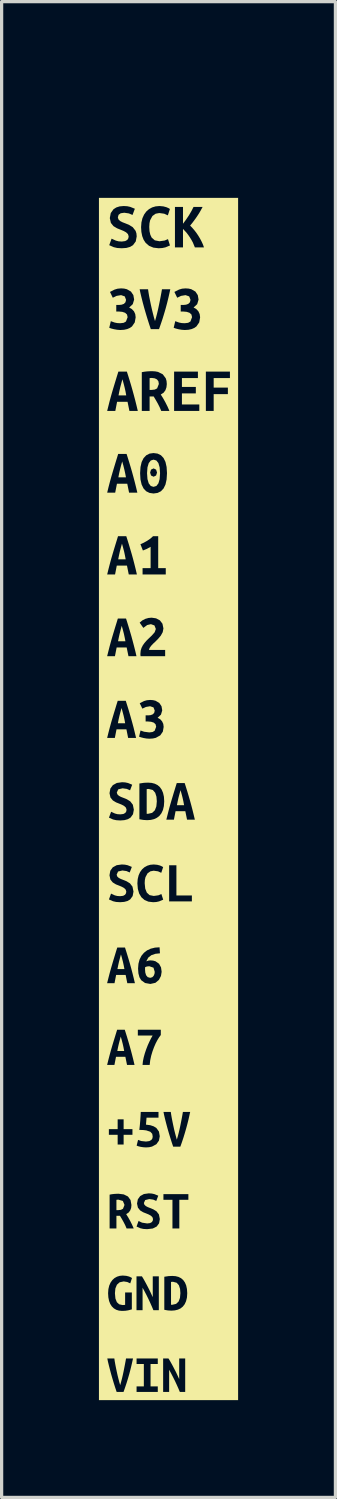
<source format=kicad_pcb>
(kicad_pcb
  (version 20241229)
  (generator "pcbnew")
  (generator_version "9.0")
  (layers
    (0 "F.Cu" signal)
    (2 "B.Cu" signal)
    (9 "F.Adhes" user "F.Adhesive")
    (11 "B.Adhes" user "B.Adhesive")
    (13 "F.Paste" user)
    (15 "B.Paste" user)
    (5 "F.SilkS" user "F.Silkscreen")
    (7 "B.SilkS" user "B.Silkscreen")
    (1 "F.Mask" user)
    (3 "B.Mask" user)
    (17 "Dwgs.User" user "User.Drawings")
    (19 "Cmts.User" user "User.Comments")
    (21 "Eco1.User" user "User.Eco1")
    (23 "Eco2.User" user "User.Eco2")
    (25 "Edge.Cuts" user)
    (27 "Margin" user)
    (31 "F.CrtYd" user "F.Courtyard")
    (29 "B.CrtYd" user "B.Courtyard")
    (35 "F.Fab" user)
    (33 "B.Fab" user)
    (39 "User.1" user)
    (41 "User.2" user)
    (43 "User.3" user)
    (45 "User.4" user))
  (footprint "kibuzzard-6461376B"
    (layer "F.Cu")
    (at 2.145 21.58)
    (property "Reference" "kibuzzard-6461376B" (at 0 -21.579 180) (layer "F.SilkS") (effects (font (size 0.001 0.001) (thickness 0.15))))
    (attr board_only exclude_from_pos_files exclude_from_bom)
    (fp_poly (pts (xy -1.472 7.324) (xy -1.504 7.44) (xy -1.532 7.549) (xy -1.557 7.657) (xy -1.579 7.769) (xy -1.367 7.769) (xy -1.388 7.657) (xy -1.412 7.549) (xy -1.44 7.44) (xy -1.472 7.324)) (stroke (width 0) (type solid)) (fill yes) (layer "F.SilkS"))
    (fp_poly (pts (xy -1.466 4.792) (xy -1.499 4.91) (xy -1.528 5.02) (xy -1.552 5.13) (xy -1.575 5.243) (xy -1.36 5.243) (xy -1.381 5.13) (xy -1.405 5.02) (xy -1.433 4.91) (xy -1.466 4.792)) (stroke (width 0) (type solid)) (fill yes) (layer "F.SilkS"))
    (fp_poly (pts (xy -1.448 -2.805) (xy -1.482 -2.682) (xy -1.512 -2.567) (xy -1.538 -2.454) (xy -1.561 -2.335) (xy -1.337 -2.335) (xy -1.359 -2.454) (xy -1.384 -2.567) (xy -1.414 -2.682) (xy -1.448 -2.805)) (stroke (width 0) (type solid)) (fill yes) (layer "F.SilkS"))
    (fp_poly (pts (xy -1.442 -5.338) (xy -1.476 -5.213) (xy -1.506 -5.097) (xy -1.532 -4.982) (xy -1.556 -4.862) (xy -1.329 -4.862) (xy -1.352 -4.982) (xy -1.377 -5.097) (xy -1.407 -5.213) (xy -1.442 -5.338)) (stroke (width 0) (type solid)) (fill yes) (layer "F.SilkS"))
    (fp_poly (pts (xy -1.435 -7.871) (xy -1.47 -7.745) (xy -1.501 -7.627) (xy -1.527 -7.51) (xy -1.551 -7.388) (xy -1.321 -7.388) (xy -1.344 -7.51) (xy -1.369 -7.627) (xy -1.4 -7.745) (xy -1.435 -7.871)) (stroke (width 0) (type solid)) (fill yes) (layer "F.SilkS"))
    (fp_poly (pts (xy -1.428 -10.405) (xy -1.464 -10.277) (xy -1.495 -10.157) (xy -1.522 -10.039) (xy -1.546 -9.915) (xy -1.312 -9.915) (xy -1.336 -10.039) (xy -1.362 -10.157) (xy -1.392 -10.277) (xy -1.428 -10.405)) (stroke (width 0) (type solid)) (fill yes) (layer "F.SilkS"))
    (fp_poly (pts (xy -1.421 -12.939) (xy -1.457 -12.809) (xy -1.489 -12.688) (xy -1.516 -12.568) (xy -1.541 -12.442) (xy -1.304 -12.442) (xy -1.327 -12.568) (xy -1.354 -12.688) (xy -1.385 -12.809) (xy -1.421 -12.939)) (stroke (width 0) (type solid)) (fill yes) (layer "F.SilkS"))
    (fp_poly (pts (xy -1.357 12.514) (xy -1.408 12.391) (xy -1.543 12.352) (xy -1.572 12.353) (xy -1.606 12.357) (xy -1.606 12.675) (xy -1.56 12.675) (xy -1.467 12.665) (xy -1.404 12.633) (xy -1.357 12.514)) (stroke (width 0) (type solid)) (fill yes) (layer "F.SilkS"))
    (fp_poly (pts (xy 0.37 -0.272) (xy 0.337 -0.151) (xy 0.307 -0.038) (xy 0.282 0.074) (xy 0.259 0.191) (xy 0.48 0.191) (xy 0.458 0.074) (xy 0.433 -0.038) (xy 0.404 -0.151) (xy 0.37 -0.272)) (stroke (width 0) (type solid)) (fill yes) (layer "F.SilkS"))
    (fp_poly (pts (xy -0.298 -12.793) (xy -0.312 -12.876) (xy -0.356 -12.934) (xy -0.424 -12.967) (xy -0.511 -12.979) (xy -0.544 -12.978) (xy -0.583 -12.973) (xy -0.583 -12.609) (xy -0.531 -12.609) (xy -0.424 -12.621) (xy -0.352 -12.657) (xy -0.298 -12.793)) (stroke (width 0) (type solid)) (fill yes) (layer "F.SilkS"))
    (fp_poly (pts (xy -0.673 0.456) (xy -0.653 0.457) (xy -0.633 0.457) (xy -0.505 0.428) (xy -0.421 0.348) (xy -0.375 0.227) (xy -0.361 0.072) (xy -0.372 -0.07) (xy -0.411 -0.192) (xy -0.485 -0.277) (xy -0.608 -0.309) (xy -0.64 -0.308) (xy -0.673 -0.303) (xy -0.673 0.456)) (stroke (width 0) (type solid)) (fill yes) (layer "F.SilkS"))
    (fp_poly (pts (xy 0.077 15.59) (xy 0.096 15.592) (xy 0.114 15.592) (xy 0.233 15.565) (xy 0.311 15.491) (xy 0.353 15.379) (xy 0.366 15.236) (xy 0.356 15.104) (xy 0.32 14.991) (xy 0.251 14.913) (xy 0.138 14.883) (xy 0.108 14.884) (xy 0.077 14.888) (xy 0.077 15.59)) (stroke (width 0) (type solid)) (fill yes) (layer "F.SilkS"))
    (fp_poly (pts (xy -0.592 5.156) (xy -0.662 5.163) (xy -0.72 5.183) (xy -0.723 5.215) (xy -0.724 5.249) (xy -0.717 5.347) (xy -0.692 5.432) (xy -0.643 5.491) (xy -0.566 5.513) (xy -0.502 5.495) (xy -0.458 5.451) (xy -0.433 5.392) (xy -0.425 5.33) (xy -0.463 5.201) (xy -0.592 5.156)) (stroke (width 0) (type solid)) (fill yes) (layer "F.SilkS"))
    (fp_poly (pts (xy -0.261 -10.043) (xy -0.274 -10.223) (xy -0.312 -10.354) (xy -0.375 -10.434) (xy -0.462 -10.461) (xy -0.547 -10.434) (xy -0.61 -10.354) (xy -0.649 -10.223) (xy -0.662 -10.043) (xy -0.649 -9.861) (xy -0.61 -9.729) (xy -0.547 -9.649) (xy -0.462 -9.622) (xy -0.46 -9.623) (xy -0.46 -9.934) (xy -0.539 -9.972) (xy -0.568 -10.062) (xy -0.539 -10.153) (xy -0.46 -10.191) (xy -0.383 -10.153) (xy -0.354 -10.062) (xy -0.383 -9.972) (xy -0.46 -9.934) (xy -0.46 -9.623) (xy -0.375 -9.649) (xy -0.312 -9.729) (xy -0.274 -9.861) (xy -0.261 -10.043)) (stroke (width 0) (type solid)) (fill yes) (layer "F.SilkS"))
    (fp_poly (pts (xy -1.893 -18.531) (xy -2.145 -18.531) (xy -2.145 18.531) (xy -1.893 18.531) (xy -1.599 18.531) (xy -1.599 18.279) (xy -1.64 18.157) (xy -1.684 18.019) (xy -1.727 17.875) (xy -1.769 17.73) (xy -1.806 17.59) (xy -1.84 17.458) (xy -1.868 17.341) (xy -1.887 17.248) (xy -1.67 17.248) (xy -1.658 17.334) (xy -1.64 17.434) (xy -1.619 17.541) (xy -1.596 17.652) (xy -1.571 17.764) (xy -1.544 17.873) (xy -1.517 17.977) (xy -1.49 18.069) (xy -1.464 17.978) (xy -1.437 17.875) (xy -1.436 17.871) (xy -1.436 15.781) (xy -1.529 15.772) (xy -1.612 15.746) (xy -1.685 15.703) (xy -1.747 15.643) (xy -1.796 15.567) (xy -1.833 15.473) (xy -1.855 15.363) (xy -1.863 15.236) (xy -1.854 15.111) (xy -1.828 15.001) (xy -1.786 14.907) (xy -1.731 14.829) (xy -1.665 14.769) (xy -1.588 14.726) (xy -1.502 14.7) (xy -1.411 14.691) (xy -1.302 14.7) (xy -1.218 14.721) (xy -1.16 14.747) (xy -1.126 14.767) (xy -1.18 14.932) (xy -1.271 14.89) (xy -1.382 14.872) (xy -1.507 14.899) (xy -1.591 14.974) (xy -1.638 15.088) (xy -1.652 15.236) (xy -1.637 15.399) (xy -1.593 15.512) (xy -1.52 15.578) (xy -1.419 15.6) (xy -1.379 15.599) (xy -1.338 15.594) (xy -1.338 15.212) (xy -1.131 15.212) (xy -1.131 15.734) (xy -1.246 15.764) (xy -1.333 15.777) (xy -1.436 15.781) (xy -1.436 17.871) (xy -1.411 17.765) (xy -1.387 17.654) (xy -1.365 17.543) (xy -1.344 17.434) (xy -1.325 17.334) (xy -1.31 17.248) (xy -1.095 17.248) (xy -1.118 17.354) (xy -1.145 17.471) (xy -1.176 17.598) (xy -1.211 17.73) (xy -1.251 17.867) (xy -1.294 18.007) (xy -1.34 18.145) (xy -1.387 18.279) (xy -1.599 18.279) (xy -1.599 18.531) (xy -1.073 18.531) (xy -1.073 13.239) (xy -1.293 13.239) (xy -1.336 13.138) (xy -1.385 13.042) (xy -1.439 12.946) (xy -1.497 12.849) (xy -1.606 12.849) (xy -1.606 13.239) (xy -1.816 13.239) (xy -1.816 12.197) (xy -1.749 12.184) (xy -1.674 12.175) (xy -1.603 12.171) (xy -1.543 12.169) (xy -1.384 12.189) (xy -1.384 10.653) (xy -1.568 10.653) (xy -1.568 10.352) (xy -1.839 10.352) (xy -1.839 10.177) (xy -1.568 10.177) (xy -1.568 9.876) (xy -1.384 9.876) (xy -1.384 10.177) (xy -1.279 10.177) (xy -1.279 8.199) (xy -1.33 7.948) (xy -1.619 7.948) (xy -1.668 8.199) (xy -1.893 8.199) (xy -1.854 8.042) (xy -1.815 7.892) (xy -1.776 7.749) (xy -1.737 7.614) (xy -1.698 7.484) (xy -1.659 7.357) (xy -1.621 7.233) (xy -1.584 7.113) (xy -1.349 7.113) (xy -1.311 7.234) (xy -1.272 7.359) (xy -1.271 7.364) (xy -1.271 5.678) (xy -1.322 5.424) (xy -1.615 5.424) (xy -1.665 5.678) (xy -1.893 5.678) (xy -1.853 5.519) (xy -1.814 5.368) (xy -1.774 5.223) (xy -1.734 5.086) (xy -1.695 4.954) (xy -1.656 4.826) (xy -1.618 4.7) (xy -1.58 4.579) (xy -1.491 4.579) (xy -1.491 3.182) (xy -1.616 3.174) (xy -1.712 3.152) (xy -1.837 3.097) (xy -1.772 2.917) (xy -1.656 2.971) (xy -1.581 2.99) (xy -1.491 2.996) (xy -1.398 2.985) (xy -1.34 2.952) (xy -1.31 2.905) (xy -1.302 2.852) (xy -1.322 2.791) (xy -1.372 2.743) (xy -1.44 2.706) (xy -1.516 2.674) (xy -1.621 2.633) (xy -1.719 2.573) (xy -1.792 2.484) (xy -1.82 2.352) (xy -1.795 2.212) (xy -1.719 2.107) (xy -1.598 2.041) (xy -1.485 2.025) (xy -1.485 0.662) (xy -1.612 0.654) (xy -1.71 0.632) (xy -1.836 0.576) (xy -1.77 0.394) (xy -1.652 0.448) (xy -1.576 0.468) (xy -1.485 0.474) (xy -1.391 0.462) (xy -1.332 0.429) (xy -1.302 0.382) (xy -1.294 0.328) (xy -1.314 0.266) (xy -1.365 0.218) (xy -1.434 0.179) (xy -1.511 0.147) (xy -1.617 0.105) (xy -1.716 0.045) (xy -1.79 -0.045) (xy -1.819 -0.179) (xy -1.793 -0.321) (xy -1.716 -0.427) (xy -1.594 -0.494) (xy -1.432 -0.517) (xy -1.335 -0.511) (xy -1.251 -0.493) (xy -1.245 -0.491) (xy -1.245 -1.882) (xy -1.298 -2.147) (xy -1.603 -2.147) (xy -1.655 -1.882) (xy -1.892 -1.882) (xy -1.851 -2.048) (xy -1.81 -2.206) (xy -1.769 -2.356) (xy -1.727 -2.499) (xy -1.686 -2.636) (xy -1.645 -2.77) (xy -1.606 -2.9) (xy -1.566 -3.027) (xy -1.318 -3.027) (xy -1.278 -2.899) (xy -1.237 -2.768) (xy -1.235 -2.761) (xy -1.235 -4.402) (xy -1.29 -4.67) (xy -1.599 -4.67) (xy -1.652 -4.402) (xy -1.892 -4.402) (xy -1.85 -4.57) (xy -1.809 -4.73) (xy -1.767 -4.883) (xy -1.725 -5.028) (xy -1.683 -5.167) (xy -1.642 -5.303) (xy -1.601 -5.435) (xy -1.562 -5.563) (xy -1.31 -5.563) (xy -1.269 -5.434) (xy -1.228 -5.3) (xy -1.226 -5.293) (xy -1.226 -6.922) (xy -1.281 -7.194) (xy -1.595 -7.194) (xy -1.648 -6.922) (xy -1.891 -6.922) (xy -1.849 -7.093) (xy -1.807 -7.255) (xy -1.765 -7.41) (xy -1.722 -7.557) (xy -1.68 -7.698) (xy -1.638 -7.836) (xy -1.597 -7.969) (xy -1.557 -8.1) (xy -1.302 -8.1) (xy -1.26 -7.968) (xy -1.218 -7.833) (xy -1.216 -7.825) (xy -1.216 -9.443) (xy -1.272 -9.718) (xy -1.59 -9.718) (xy -1.644 -9.443) (xy -1.891 -9.443) (xy -1.849 -9.615) (xy -1.806 -9.78) (xy -1.763 -9.937) (xy -1.719 -10.086) (xy -1.676 -10.229) (xy -1.634 -10.369) (xy -1.592 -10.505) (xy -1.552 -10.637) (xy -1.293 -10.637) (xy -1.251 -10.504) (xy -1.208 -10.366) (xy -1.206 -10.358) (xy -1.206 -11.963) (xy -1.263 -12.243) (xy -1.586 -12.243) (xy -1.64 -11.963) (xy -1.891 -11.963) (xy -1.856 -12.103) (xy -1.822 -12.239) (xy -1.787 -12.37) (xy -1.752 -12.495) (xy -1.717 -12.615) (xy -1.673 -12.761) (xy -1.63 -12.902) (xy -1.588 -13.04) (xy -1.546 -13.174) (xy -1.485 -13.174) (xy -1.485 -14.457) (xy -1.582 -14.464) (xy -1.679 -14.481) (xy -1.766 -14.503) (xy -1.827 -14.525) (xy -1.779 -14.729) (xy -1.661 -14.687) (xy -1.582 -14.671) (xy -1.487 -14.666) (xy -1.381 -14.679) (xy -1.312 -14.719) (xy -1.261 -14.852) (xy -1.28 -14.935) (xy -1.338 -14.988) (xy -1.426 -15.017) (xy -1.535 -15.027) (xy -1.611 -15.027) (xy -1.611 -15.23) (xy -1.519 -15.23) (xy -1.444 -15.238) (xy -1.376 -15.263) (xy -1.328 -15.311) (xy -1.309 -15.387) (xy -1.349 -15.493) (xy -1.462 -15.532) (xy -1.6 -15.509) (xy -1.718 -15.452) (xy -1.805 -15.631) (xy -1.663 -15.703) (xy -1.569 -15.731) (xy -1.464 -15.74) (xy -1.441 -15.739) (xy -1.441 -16.977) (xy -1.58 -16.985) (xy -1.689 -17.01) (xy -1.828 -17.072) (xy -1.755 -17.273) (xy -1.625 -17.213) (xy -1.541 -17.191) (xy -1.441 -17.184) (xy -1.337 -17.198) (xy -1.271 -17.234) (xy -1.238 -17.286) (xy -1.229 -17.346) (xy -1.251 -17.414) (xy -1.308 -17.468) (xy -1.384 -17.51) (xy -1.469 -17.545) (xy -1.586 -17.592) (xy -1.696 -17.658) (xy -1.777 -17.758) (xy -1.81 -17.906) (xy -1.781 -18.062) (xy -1.696 -18.18) (xy -1.61 -18.235) (xy -1.506 -18.268) (xy -1.382 -18.279) (xy -1.275 -18.273) (xy -1.182 -18.253) (xy -1.038 -18.195) (xy -1.11 -18.003) (xy -1.222 -18.051) (xy -1.364 -18.072) (xy -1.474 -18.056) (xy -1.54 -18.008) (xy -1.562 -17.928) (xy -1.542 -17.865) (xy -1.49 -17.816) (xy -1.42 -17.779) (xy -1.342 -17.749) (xy -1.22 -17.7) (xy -1.103 -17.627) (xy -1.015 -17.514) (xy -0.99 -17.438) (xy -0.981 -17.344) (xy -1.01 -17.188) (xy -1.095 -17.073) (xy -1.184 -17.019) (xy -1.299 -16.987) (xy -1.441 -16.977) (xy -1.441 -15.739) (xy -1.367 -15.734) (xy -1.284 -15.714) (xy -1.158 -15.642) (xy -1.084 -15.532) (xy -1.06 -15.395) (xy -1.102 -15.254) (xy -1.213 -15.15) (xy -1.129 -15.101) (xy -1.065 -15.033) (xy -1.026 -14.948) (xy -1.013 -14.848) (xy -1.041 -14.691) (xy -1.126 -14.567) (xy -1.191 -14.521) (xy -1.273 -14.486) (xy -1.371 -14.464) (xy -1.485 -14.457) (xy -1.485 -13.174) (xy -1.284 -13.174) (xy -1.241 -13.039) (xy -1.198 -12.9) (xy -1.155 -12.757) (xy -1.113 -12.61) (xy -1.071 -12.457) (xy -1.029 -12.299) (xy -0.988 -12.134) (xy -0.947 -11.963) (xy -1.206 -11.963) (xy -1.206 -10.358) (xy -1.166 -10.225) (xy -1.124 -10.08) (xy -1.083 -9.93) (xy -1.042 -9.774) (xy -1.001 -9.611) (xy -0.961 -9.443) (xy -1.216 -9.443) (xy -1.216 -7.825) (xy -1.177 -7.694) (xy -1.135 -7.551) (xy -1.094 -7.403) (xy -1.054 -7.249) (xy -1.014 -7.089) (xy -0.975 -6.922) (xy -1.226 -6.922) (xy -1.226 -5.293) (xy -1.187 -5.163) (xy -1.146 -5.022) (xy -1.106 -4.876) (xy -1.066 -4.724) (xy -1.026 -4.566) (xy -0.988 -4.402) (xy -1.235 -4.402) (xy -1.235 -2.761) (xy -1.197 -2.632) (xy -1.157 -2.493) (xy -1.117 -2.349) (xy -1.077 -2.2) (xy -1.039 -2.044) (xy -1 -1.882) (xy -1.245 -1.882) (xy -1.245 -0.491) (xy -1.12 -0.44) (xy -1.186 -0.267) (xy -1.287 -0.311) (xy -1.416 -0.329) (xy -1.55 -0.297) (xy -1.595 -0.199) (xy -1.576 -0.142) (xy -1.53 -0.098) (xy -1.466 -0.064) (xy -1.396 -0.037) (xy -1.285 0.008) (xy -1.18 0.073) (xy -1.1 0.176) (xy -1.069 0.33) (xy -1.095 0.47) (xy -1.172 0.575) (xy -1.253 0.623) (xy -1.357 0.652) (xy -1.485 0.662) (xy -1.485 2.025) (xy -1.439 2.019) (xy -1.343 2.025) (xy -1.26 2.042) (xy -1.131 2.094) (xy -1.196 2.265) (xy -1.296 2.222) (xy -1.422 2.204) (xy -1.555 2.236) (xy -1.599 2.332) (xy -1.581 2.389) (xy -1.535 2.432) (xy -1.472 2.465) (xy -1.403 2.492) (xy -1.294 2.536) (xy -1.189 2.601) (xy -1.111 2.702) (xy -1.08 2.854) (xy -1.106 2.993) (xy -1.182 3.096) (xy -1.262 3.144) (xy -1.365 3.172) (xy -1.491 3.182) (xy -1.491 4.579) (xy -1.342 4.579) (xy -1.303 4.701) (xy -1.264 4.828) (xy -1.225 4.958) (xy -1.186 5.091) (xy -1.148 5.23) (xy -1.11 5.374) (xy -1.073 5.523) (xy -1.036 5.678) (xy -1.271 5.678) (xy -1.271 7.364) (xy -1.234 7.487) (xy -1.196 7.619) (xy -1.158 7.756) (xy -1.121 7.898) (xy -1.084 8.045) (xy -1.048 8.199) (xy -1.279 8.199) (xy -1.279 10.177) (xy -1.112 10.177) (xy -1.112 10.352) (xy -1.384 10.352) (xy -1.384 10.653) (xy -1.384 12.189) (xy -1.379 12.19) (xy -1.252 12.253) (xy -1.171 12.362) (xy -1.143 12.516) (xy -1.152 12.604) (xy -1.181 12.684) (xy -1.231 12.75) (xy -1.305 12.798) (xy -1.244 12.896) (xy -1.181 13.009) (xy -1.122 13.127) (xy -1.073 13.239) (xy -1.073 18.531) (xy -0.985 18.531) (xy -0.985 18.279) (xy -0.985 18.109) (xy -0.761 18.109) (xy -0.761 17.418) (xy -0.985 17.418) (xy -0.985 17.248) (xy -0.466 17.248) (xy -0.466 15.759) (xy -0.515 15.643) (xy -0.566 15.528) (xy -0.62 15.412) (xy -0.677 15.297) (xy -0.737 15.181) (xy -0.8 15.066) (xy -0.8 15.759) (xy -0.987 15.759) (xy -0.987 14.715) (xy -0.82 14.715) (xy -0.773 14.792) (xy -0.726 14.876) (xy -0.679 14.963) (xy -0.658 15.003) (xy -0.658 13.261) (xy -0.776 13.254) (xy -0.868 13.233) (xy -0.986 13.181) (xy -0.924 13.01) (xy -0.814 13.061) (xy -0.658 13.085) (xy -0.57 13.074) (xy -0.514 13.043) (xy -0.486 12.999) (xy -0.478 12.948) (xy -0.497 12.89) (xy -0.545 12.845) (xy -0.61 12.809) (xy -0.682 12.779) (xy -0.781 12.74) (xy -0.874 12.684) (xy -0.943 12.599) (xy -0.971 12.473) (xy -0.946 12.341) (xy -0.874 12.241) (xy -0.759 12.178) (xy -0.694 12.169) (xy -0.694 10.741) (xy -0.778 10.736) (xy -0.862 10.723) (xy -0.933 10.705) (xy -0.983 10.686) (xy -0.939 10.509) (xy -0.842 10.544) (xy -0.695 10.56) (xy -0.592 10.546) (xy -0.528 10.51) (xy -0.496 10.461) (xy -0.488 10.404) (xy -0.502 10.322) (xy -0.561 10.258) (xy -0.687 10.216) (xy -0.781 10.205) (xy -0.9 10.201) (xy -0.884 10.057) (xy -0.872 9.917) (xy -0.863 9.78) (xy -0.856 9.648) (xy -0.801 9.648) (xy -0.801 8.199) (xy -0.789 8.083) (xy -0.764 7.961) (xy -0.729 7.836) (xy -0.687 7.713) (xy -0.641 7.594) (xy -0.59 7.481) (xy -0.539 7.379) (xy -0.49 7.292) (xy -0.946 7.292) (xy -0.946 7.113) (xy -0.56 7.113) (xy -0.56 5.702) (xy -0.723 5.673) (xy -0.842 5.587) (xy -0.896 5.496) (xy -0.928 5.377) (xy -0.939 5.229) (xy -0.927 5.078) (xy -0.892 4.947) (xy -0.835 4.834) (xy -0.757 4.741) (xy -0.662 4.667) (xy -0.548 4.614) (xy -0.476 4.597) (xy -0.476 3.182) (xy -0.62 3.165) (xy -0.74 3.114) (xy -0.836 3.03) (xy -0.905 2.915) (xy -0.946 2.772) (xy -0.96 2.6) (xy -0.95 2.469) (xy -0.922 2.354) (xy -0.877 2.254) (xy -0.817 2.171) (xy -0.743 2.105) (xy -0.657 2.058) (xy -0.657 0.653) (xy -0.775 0.646) (xy -0.898 0.625) (xy -0.898 -0.477) (xy -0.754 -0.499) (xy -0.628 -0.504) (xy -0.59 -0.501) (xy -0.59 -1.858) (xy -0.679 -1.864) (xy -0.77 -1.88) (xy -0.851 -1.901) (xy -0.908 -1.921) (xy -0.863 -2.111) (xy -0.753 -2.073) (xy -0.592 -2.052) (xy -0.492 -2.065) (xy -0.428 -2.102) (xy -0.381 -2.226) (xy -0.399 -2.303) (xy -0.453 -2.353) (xy -0.535 -2.38) (xy -0.636 -2.389) (xy -0.706 -2.389) (xy -0.706 -2.578) (xy -0.621 -2.578) (xy -0.551 -2.585) (xy -0.488 -2.609) (xy -0.443 -2.653) (xy -0.425 -2.724) (xy -0.463 -2.823) (xy -0.568 -2.859) (xy -0.696 -2.837) (xy -0.806 -2.785) (xy -0.888 -2.951) (xy -0.755 -3.019) (xy -0.668 -3.044) (xy -0.569 -3.053) (xy -0.479 -3.047) (xy -0.402 -3.029) (xy -0.285 -2.961) (xy -0.216 -2.859) (xy -0.194 -2.731) (xy -0.233 -2.6) (xy -0.336 -2.504) (xy -0.257 -2.458) (xy -0.199 -2.394) (xy -0.162 -2.315) (xy -0.15 -2.222) (xy -0.175 -2.076) (xy -0.255 -1.961) (xy -0.392 -1.885) (xy -0.483 -1.865) (xy -0.59 -1.858) (xy -0.59 -0.501) (xy -0.521 -0.496) (xy -0.424 -0.471) (xy -0.339 -0.429) (xy -0.268 -0.368) (xy -0.211 -0.288) (xy -0.169 -0.189) (xy -0.142 -0.07) (xy -0.133 0.072) (xy -0.143 0.218) (xy -0.172 0.34) (xy -0.219 0.44) (xy -0.281 0.52) (xy -0.357 0.579) (xy -0.446 0.621) (xy -0.547 0.645) (xy -0.657 0.653) (xy -0.657 2.058) (xy -0.657 2.057) (xy -0.56 2.028) (xy -0.454 2.019) (xy -0.347 2.029) (xy -0.263 2.051) (xy -0.203 2.078) (xy -0.166 2.1) (xy -0.224 2.276) (xy -0.324 2.23) (xy -0.458 2.211) (xy -0.559 2.23) (xy -0.648 2.293) (xy -0.711 2.411) (xy -0.729 2.494) (xy -0.735 2.595) (xy -0.718 2.763) (xy -0.669 2.887) (xy -0.583 2.964) (xy -0.454 2.989) (xy -0.311 2.969) (xy -0.22 2.93) (xy -0.164 3.104) (xy -0.291 3.157) (xy -0.377 3.176) (xy -0.476 3.182) (xy -0.476 4.597) (xy -0.419 4.582) (xy -0.276 4.572) (xy -0.264 4.758) (xy -0.402 4.772) (xy -0.527 4.814) (xy -0.625 4.89) (xy -0.686 5.005) (xy -0.621 4.983) (xy -0.564 4.975) (xy -0.475 4.982) (xy -0.401 5.003) (xy -0.292 5.08) (xy -0.231 5.192) (xy -0.212 5.327) (xy -0.233 5.456) (xy -0.296 5.577) (xy -0.404 5.667) (xy -0.56 5.702) (xy -0.56 7.113) (xy -0.238 7.113) (xy -0.238 7.276) (xy -0.287 7.342) (xy -0.341 7.429) (xy -0.396 7.534) (xy -0.447 7.652) (xy -0.494 7.78) (xy -0.535 7.917) (xy -0.565 8.058) (xy -0.581 8.199) (xy -0.801 8.199) (xy -0.801 9.648) (xy -0.309 9.648) (xy -0.309 9.824) (xy -0.678 9.824) (xy -0.687 9.94) (xy -0.695 10.039) (xy -0.564 10.056) (xy -0.458 10.091) (xy -0.375 10.142) (xy -0.296 10.251) (xy -0.27 10.395) (xy -0.296 10.533) (xy -0.375 10.643) (xy -0.508 10.715) (xy -0.595 10.735) (xy -0.694 10.741) (xy -0.694 12.169) (xy -0.608 12.157) (xy -0.517 12.163) (xy -0.438 12.18) (xy -0.316 12.229) (xy -0.378 12.391) (xy -0.472 12.35) (xy -0.593 12.333) (xy -0.719 12.364) (xy -0.76 12.455) (xy -0.743 12.508) (xy -0.7 12.549) (xy -0.64 12.581) (xy -0.574 12.607) (xy -0.471 12.649) (xy -0.372 12.71) (xy -0.297 12.806) (xy -0.268 12.95) (xy -0.292 13.082) (xy -0.365 13.18) (xy -0.486 13.241) (xy -0.658 13.261) (xy -0.658 15.003) (xy -0.634 15.049) (xy -0.591 15.134) (xy -0.551 15.216) (xy -0.486 15.358) (xy -0.486 14.715) (xy -0.299 14.715) (xy -0.299 15.759) (xy -0.466 15.759) (xy -0.466 17.248) (xy -0.331 17.248) (xy -0.331 17.418) (xy -0.554 17.418) (xy -0.554 18.109) (xy -0.331 18.109) (xy -0.331 18.279) (xy -0.985 18.279) (xy -0.985 18.531) (xy 0.349 18.531) (xy 0.349 18.279) (xy 0.301 18.165) (xy 0.25 18.051) (xy 0.197 17.937) (xy 0.14 17.823) (xy 0.081 17.709) (xy 0.019 17.594) (xy 0.019 18.279) (xy -0.166 18.279) (xy -0.166 17.248) (xy -0.001 17.248) (xy 0.046 17.324) (xy 0.092 17.407) (xy 0.092 15.773) (xy -0.016 15.767) (xy -0.13 15.747) (xy -0.13 14.728) (xy 0.003 14.708) (xy 0.119 14.703) (xy 0.218 14.71) (xy 0.308 14.733) (xy 0.333 14.746) (xy 0.333 13.239) (xy 0.121 13.239) (xy 0.121 12.356) (xy -0.157 12.356) (xy -0.157 12.181) (xy 0.144 12.181) (xy 0.144 10.719) (xy 0.101 10.592) (xy 0.056 10.449) (xy 0.01 10.298) (xy -0.033 10.149) (xy -0.072 10.003) (xy -0.107 9.866) (xy -0.136 9.744) (xy -0.155 9.648) (xy -0.104 9.648) (xy -0.104 -4.402) (xy -0.862 -4.402) (xy -0.867 -4.449) (xy -0.866 -4.488) (xy -0.857 -4.579) (xy -0.831 -4.661) (xy -0.792 -4.737) (xy -0.743 -4.806) (xy -0.688 -4.871) (xy -0.629 -4.93) (xy -0.514 -5.04) (xy -0.426 -5.141) (xy -0.391 -5.241) (xy -0.434 -5.35) (xy -0.543 -5.389) (xy -0.658 -5.362) (xy -0.776 -5.274) (xy -0.89 -5.436) (xy -0.809 -5.504) (xy -0.717 -5.552) (xy -0.618 -5.58) (xy -0.521 -5.589) (xy -0.384 -5.569) (xy -0.267 -5.507) (xy -0.187 -5.403) (xy -0.157 -5.257) (xy -0.179 -5.142) (xy -0.239 -5.034) (xy -0.324 -4.933) (xy -0.419 -4.839) (xy -0.476 -4.786) (xy -0.536 -4.722) (xy -0.584 -4.655) (xy -0.603 -4.594) (xy -0.104 -4.594) (xy -0.104 -4.402) (xy -0.104 9.648) (xy -0.085 9.648) (xy -0.085 -6.922) (xy -0.8 -6.922) (xy -0.8 -7.116) (xy -0.552 -7.116) (xy -0.552 -7.774) (xy -0.674 -7.707) (xy -0.79 -7.66) (xy -0.866 -7.854) (xy -0.767 -7.898) (xy -0.661 -7.957) (xy -0.56 -8.026) (xy -0.478 -8.1) (xy -0.462 -8.1) (xy -0.462 -9.417) (xy -0.586 -9.435) (xy -0.689 -9.486) (xy -0.77 -9.572) (xy -0.829 -9.693) (xy -0.865 -9.85) (xy -0.876 -10.043) (xy -0.864 -10.233) (xy -0.828 -10.389) (xy -0.768 -10.509) (xy -0.686 -10.595) (xy -0.584 -10.647) (xy -0.462 -10.664) (xy -0.337 -10.647) (xy -0.234 -10.596) (xy -0.153 -10.51) (xy -0.094 -10.39) (xy -0.059 -10.234) (xy -0.047 -10.043) (xy -0.059 -9.85) (xy -0.094 -9.693) (xy -0.153 -9.572) (xy -0.234 -9.486) (xy -0.337 -9.435) (xy -0.462 -9.417) (xy -0.462 -8.1) (xy -0.318 -8.1) (xy -0.318 -7.116) (xy -0.085 -7.116) (xy -0.085 -6.922) (xy -0.085 9.648) (xy 0.07 9.648) (xy 0.083 9.737) (xy 0.101 9.84) (xy 0.123 9.952) (xy 0.147 10.067) (xy 0.172 10.183) (xy 0.2 10.297) (xy 0.229 10.405) (xy 0.256 10.501) (xy 0.284 10.406) (xy 0.312 10.299) (xy 0.339 10.185) (xy 0.364 10.069) (xy 0.387 9.954) (xy 0.409 9.841) (xy 0.428 9.737) (xy 0.443 9.648) (xy 0.667 9.648) (xy 0.643 9.757) (xy 0.616 9.879) (xy 0.583 10.011) (xy 0.546 10.149) (xy 0.505 10.291) (xy 0.461 10.436) (xy 0.413 10.58) (xy 0.364 10.719) (xy 0.144 10.719) (xy 0.144 12.181) (xy 0.612 12.181) (xy 0.612 12.356) (xy 0.333 12.356) (xy 0.333 13.239) (xy 0.333 14.746) (xy 0.386 14.772) (xy 0.452 14.829) (xy 0.504 14.902) (xy 0.544 14.994) (xy 0.568 15.105) (xy 0.577 15.236) (xy 0.568 15.37) (xy 0.54 15.483) (xy 0.497 15.576) (xy 0.44 15.649) (xy 0.37 15.705) (xy 0.287 15.743) (xy 0.194 15.765) (xy 0.092 15.773) (xy 0.092 17.407) (xy 0.093 17.407) (xy 0.139 17.493) (xy 0.183 17.578) (xy 0.226 17.661) (xy 0.265 17.743) (xy 0.329 17.883) (xy 0.329 17.248) (xy 0.514 17.248) (xy 0.514 18.279) (xy 0.349 18.279) (xy 0.349 18.531) (xy 0.72 18.531) (xy 0.72 3.158) (xy 0.019 3.158) (xy 0.019 2.044) (xy 0.243 2.044) (xy 0.243 2.975) (xy 0.571 2.975) (xy 0.571 0.638) (xy 0.518 0.377) (xy 0.217 0.377) (xy 0.166 0.638) (xy -0.068 0.638) (xy -0.027 0.475) (xy 0.013 0.319) (xy 0.027 0.267) (xy 0.027 -11.963) (xy -0.225 -11.963) (xy -0.274 -12.078) (xy -0.33 -12.189) (xy -0.392 -12.298) (xy -0.458 -12.409) (xy -0.583 -12.409) (xy -0.583 -11.963) (xy -0.824 -11.963) (xy -0.824 -13.157) (xy -0.747 -13.171) (xy -0.662 -13.181) (xy -0.579 -13.186) (xy -0.546 -13.187) (xy -0.546 -14.483) (xy -0.595 -14.629) (xy -0.647 -14.793) (xy -0.682 -14.908) (xy -0.716 -15.023) (xy -0.749 -15.137) (xy -0.794 -15.304) (xy -0.834 -15.462) (xy -0.867 -15.601) (xy -0.89 -15.712) (xy -0.631 -15.712) (xy -0.616 -15.609) (xy -0.596 -15.491) (xy -0.57 -15.363) (xy -0.543 -15.231) (xy -0.513 -15.098) (xy -0.481 -14.967) (xy -0.449 -14.843) (xy -0.417 -14.733) (xy -0.385 -14.842) (xy -0.353 -14.965) (xy -0.322 -15.096) (xy -0.304 -15.182) (xy -0.304 -16.977) (xy -0.466 -16.996) (xy -0.6 -17.052) (xy -0.707 -17.146) (xy -0.768 -17.24) (xy -0.811 -17.351) (xy -0.837 -17.481) (xy -0.846 -17.628) (xy -0.835 -17.775) (xy -0.804 -17.904) (xy -0.753 -18.016) (xy -0.686 -18.109) (xy -0.603 -18.182) (xy -0.506 -18.236) (xy -0.398 -18.268) (xy -0.279 -18.279) (xy -0.16 -18.268) (xy -0.066 -18.243) (xy 0.002 -18.213) (xy 0.043 -18.188) (xy -0.021 -17.991) (xy -0.133 -18.042) (xy -0.284 -18.063) (xy -0.397 -18.042) (xy -0.496 -17.972) (xy -0.567 -17.84) (xy -0.587 -17.747) (xy -0.594 -17.634) (xy -0.586 -17.503) (xy -0.561 -17.393) (xy -0.52 -17.306) (xy -0.423 -17.221) (xy -0.279 -17.193) (xy -0.119 -17.215) (xy -0.017 -17.259) (xy 0.045 -17.063) (xy -0.097 -17.004) (xy -0.194 -16.984) (xy -0.304 -16.977) (xy -0.304 -15.182) (xy -0.294 -15.229) (xy -0.267 -15.361) (xy -0.242 -15.49) (xy -0.22 -15.609) (xy -0.202 -15.712) (xy 0.054 -15.712) (xy 0.027 -15.586) (xy -0.005 -15.446) (xy -0.042 -15.295) (xy -0.084 -15.137) (xy -0.115 -15.029) (xy -0.148 -14.919) (xy -0.182 -14.808) (xy -0.219 -14.697) (xy -0.256 -14.589) (xy -0.294 -14.483) (xy -0.546 -14.483) (xy -0.546 -13.187) (xy -0.511 -13.188) (xy -0.412 -13.182) (xy -0.323 -13.165) (xy -0.178 -13.092) (xy -0.085 -12.968) (xy -0.061 -12.886) (xy -0.053 -12.791) (xy -0.064 -12.69) (xy -0.096 -12.599) (xy -0.153 -12.523) (xy -0.239 -12.468) (xy -0.168 -12.355) (xy -0.096 -12.226) (xy -0.028 -12.091) (xy 0.027 -11.963) (xy 0.027 0.267) (xy 0.054 0.171) (xy 0.095 0.03) (xy 0.136 -0.106) (xy 0.172 -0.227) (xy 0.172 -11.963) (xy 0.172 -13.174) (xy 0.501 -13.174) (xy 0.501 -14.457) (xy 0.405 -14.464) (xy 0.307 -14.481) (xy 0.221 -14.503) (xy 0.159 -14.525) (xy 0.207 -14.729) (xy 0.325 -14.687) (xy 0.405 -14.671) (xy 0.499 -14.666) (xy 0.605 -14.679) (xy 0.675 -14.719) (xy 0.725 -14.852) (xy 0.706 -14.935) (xy 0.648 -14.988) (xy 0.56 -15.017) (xy 0.451 -15.027) (xy 0.376 -15.027) (xy 0.376 -15.23) (xy 0.467 -15.23) (xy 0.543 -15.238) (xy 0.61 -15.263) (xy 0.659 -15.311) (xy 0.678 -15.387) (xy 0.637 -15.493) (xy 0.525 -15.532) (xy 0.387 -15.509) (xy 0.268 -15.452) (xy 0.181 -15.631) (xy 0.323 -15.703) (xy 0.417 -15.731) (xy 0.523 -15.74) (xy 0.619 -15.734) (xy 0.703 -15.714) (xy 0.813 -15.651) (xy 0.813 -17.003) (xy 0.75 -17.155) (xy 0.706 -17.236) (xy 0.658 -17.314) (xy 0.606 -17.39) (xy 0.552 -17.46) (xy 0.446 -17.574) (xy 0.446 -17.003) (xy 0.198 -17.003) (xy 0.198 -18.251) (xy 0.446 -18.251) (xy 0.446 -17.733) (xy 0.539 -17.858) (xy 0.631 -17.995) (xy 0.71 -18.13) (xy 0.771 -18.251) (xy 1.051 -18.251) (xy 0.984 -18.127) (xy 0.942 -18.056) (xy 0.894 -17.982) (xy 0.842 -17.905) (xy 0.786 -17.828) (xy 0.727 -17.75) (xy 0.666 -17.676) (xy 0.729 -17.611) (xy 0.793 -17.537) (xy 0.856 -17.456) (xy 0.915 -17.369) (xy 0.97 -17.278) (xy 1.019 -17.185) (xy 1.061 -17.093) (xy 1.093 -17.003) (xy 0.813 -17.003) (xy 0.813 -15.651) (xy 0.829 -15.642) (xy 0.902 -15.532) (xy 0.926 -15.395) (xy 0.884 -15.254) (xy 0.773 -15.15) (xy 0.858 -15.101) (xy 0.921 -15.033) (xy 0.96 -14.948) (xy 0.974 -14.848) (xy 0.946 -14.691) (xy 0.86 -14.567) (xy 0.795 -14.521) (xy 0.713 -14.486) (xy 0.616 -14.464) (xy 0.501 -14.457) (xy 0.501 -13.174) (xy 0.906 -13.174) (xy 0.906 -12.975) (xy 0.413 -12.975) (xy 0.413 -12.703) (xy 0.842 -12.703) (xy 0.842 -12.503) (xy 0.413 -12.503) (xy 0.413 -12.162) (xy 0.949 -12.162) (xy 0.949 -11.963) (xy 0.172 -11.963) (xy 0.172 -0.227) (xy 0.176 -0.238) (xy 0.215 -0.366) (xy 0.254 -0.491) (xy 0.498 -0.491) (xy 0.538 -0.365) (xy 0.578 -0.236) (xy 0.618 -0.102) (xy 0.658 0.035) (xy 0.697 0.177) (xy 0.736 0.325) (xy 0.774 0.479) (xy 0.812 0.638) (xy 0.571 0.638) (xy 0.571 2.975) (xy 0.72 2.975) (xy 0.72 3.158) (xy 0.72 18.531) (xy 1.151 18.531) (xy 1.151 -11.963) (xy 1.151 -13.174) (xy 1.893 -13.174) (xy 1.893 -12.975) (xy 1.392 -12.975) (xy 1.392 -12.681) (xy 1.83 -12.681) (xy 1.83 -12.481) (xy 1.392 -12.481) (xy 1.392 -11.963) (xy 1.151 -11.963) (xy 1.151 18.531) (xy 1.893 18.531) (xy 2.145 18.531) (xy 2.145 -18.531) (xy 1.893 -18.531) (xy -1.893 -18.531)) (stroke (width 0) (type solid)) (fill yes) (layer "F.SilkS")))
  (gr_rect
    (start -3 -3)
    (end 7.29 43.111)
    (stroke (width 0.1) (type default))
    (fill no)
    (layer "Edge.Cuts")))
</source>
